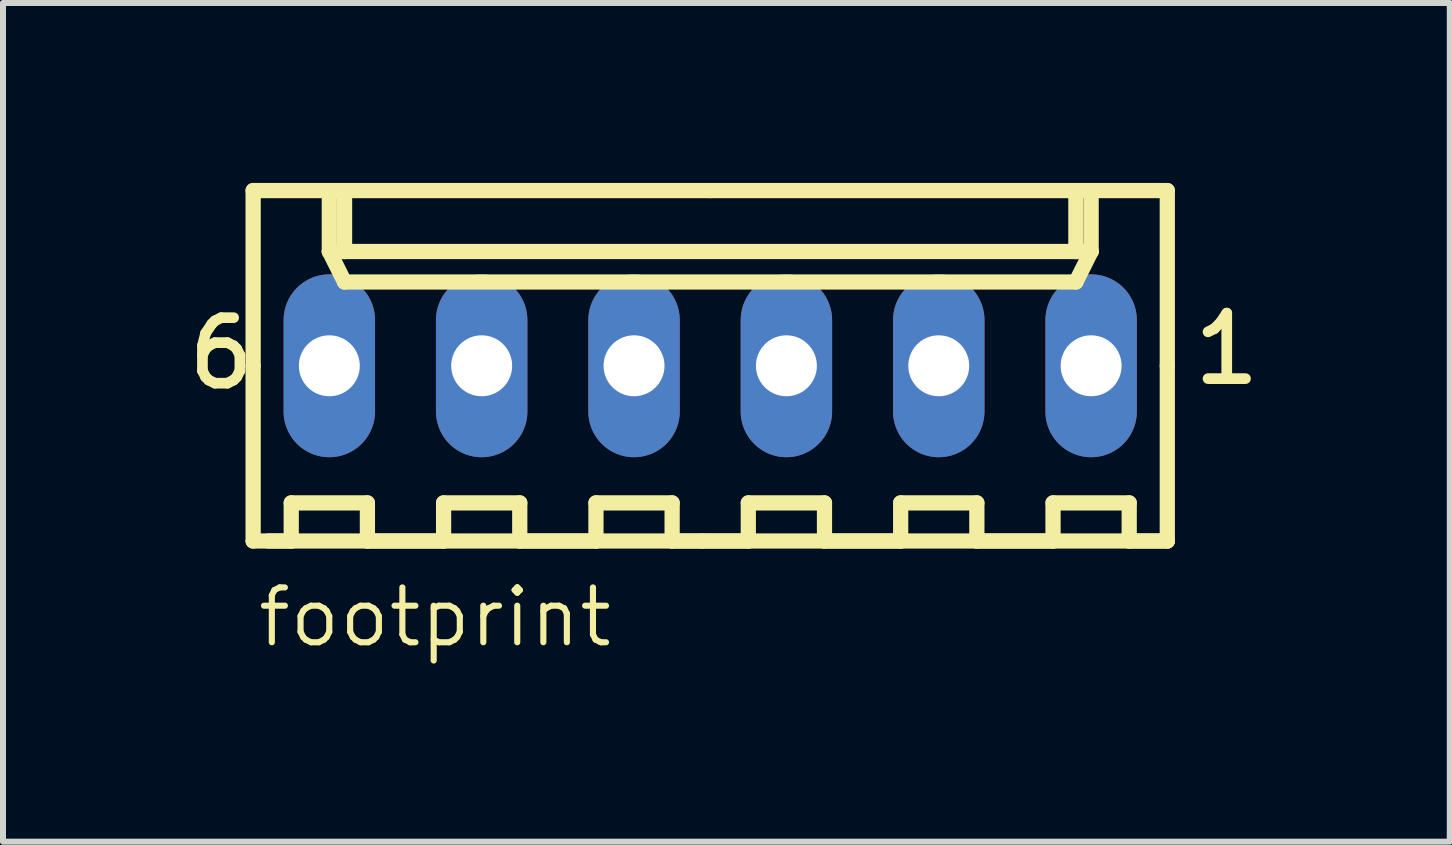
<source format=kicad_pcb>
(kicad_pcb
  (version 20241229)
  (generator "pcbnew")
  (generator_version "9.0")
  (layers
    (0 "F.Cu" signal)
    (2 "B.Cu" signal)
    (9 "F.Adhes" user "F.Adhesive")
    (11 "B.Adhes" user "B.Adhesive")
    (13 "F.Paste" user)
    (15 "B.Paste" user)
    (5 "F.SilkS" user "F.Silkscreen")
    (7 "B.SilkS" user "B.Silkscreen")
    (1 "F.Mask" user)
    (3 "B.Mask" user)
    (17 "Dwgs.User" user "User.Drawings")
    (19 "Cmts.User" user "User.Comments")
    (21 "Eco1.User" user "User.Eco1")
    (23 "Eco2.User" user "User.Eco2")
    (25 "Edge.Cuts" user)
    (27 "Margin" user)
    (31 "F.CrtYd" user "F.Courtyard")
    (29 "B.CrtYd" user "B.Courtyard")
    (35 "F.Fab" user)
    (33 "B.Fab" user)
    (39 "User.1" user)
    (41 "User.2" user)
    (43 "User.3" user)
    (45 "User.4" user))
  (footprint "footprint"
    (layer "F.Cu")
    (at 8.79 3.048)
    (property "Reference" "footprint" (at -7.593 4.726 0) (layer "F.SilkS") (effects (font (size 0.914 0.914) (thickness 0.102)) (justify left bottom)))
    (fp_line (start -7.62 -2.921) (end -6.35 -2.921) (stroke (width 0.254) (type solid)) (layer "F.SilkS"))
    (fp_line (start -7.62 0) (end -7.62 -2.921) (stroke (width 0.254) (type solid)) (layer "F.SilkS"))
    (fp_line (start -7.62 0) (end -7.62 2.921) (stroke (width 0.254) (type solid)) (layer "F.SilkS"))
    (fp_line (start -7.62 2.921) (end -0.127 2.921) (stroke (width 0.254) (type solid)) (layer "F.SilkS"))
    (fp_line (start -7.366 2.921) (end -6.985 2.921) (stroke (width 0.254) (type solid)) (layer "F.SilkS"))
    (fp_line (start -6.985 2.286) (end -5.715 2.286) (stroke (width 0.254) (type solid)) (layer "F.SilkS"))
    (fp_line (start -6.985 2.921) (end -6.985 2.286) (stroke (width 0.254) (type solid)) (layer "F.SilkS"))
    (fp_line (start -6.35 -2.921) (end -6.096 -2.921) (stroke (width 0.254) (type solid)) (layer "F.SilkS"))
    (fp_line (start -6.35 -2.54) (end -6.35 -2.921) (stroke (width 0.127) (type solid)) (layer "F.SilkS"))
    (fp_line (start -6.35 -1.905) (end -6.35 -2.921) (stroke (width 0.254) (type solid)) (layer "F.SilkS"))
    (fp_line (start -6.35 -1.905) (end -6.096 -1.905) (stroke (width 0.254) (type solid)) (layer "F.SilkS"))
    (fp_line (start -6.35 -1.905) (end -6.096 -1.397) (stroke (width 0.254) (type solid)) (layer "F.SilkS"))
    (fp_line (start -6.096 -2.921) (end -6.096 -1.905) (stroke (width 0.254) (type solid)) (layer "F.SilkS"))
    (fp_line (start -6.096 -2.921) (end 0 -2.921) (stroke (width 0.254) (type solid)) (layer "F.SilkS"))
    (fp_line (start -6.096 -1.905) (end 6.096 -1.905) (stroke (width 0.254) (type solid)) (layer "F.SilkS"))
    (fp_line (start -6.096 -1.397) (end 6.096 -1.397) (stroke (width 0.254) (type solid)) (layer "F.SilkS"))
    (fp_line (start -5.715 2.286) (end -5.715 2.921) (stroke (width 0.254) (type solid)) (layer "F.SilkS"))
    (fp_line (start -5.715 2.921) (end -4.445 2.921) (stroke (width 0.254) (type solid)) (layer "F.SilkS"))
    (fp_line (start -4.445 2.286) (end -3.175 2.286) (stroke (width 0.254) (type solid)) (layer "F.SilkS"))
    (fp_line (start -4.445 2.921) (end -4.445 2.286) (stroke (width 0.254) (type solid)) (layer "F.SilkS"))
    (fp_line (start -3.175 2.286) (end -3.175 2.921) (stroke (width 0.254) (type solid)) (layer "F.SilkS"))
    (fp_line (start -3.175 2.921) (end -1.905 2.921) (stroke (width 0.254) (type solid)) (layer "F.SilkS"))
    (fp_line (start -1.905 2.286) (end -0.635 2.286) (stroke (width 0.254) (type solid)) (layer "F.SilkS"))
    (fp_line (start -1.905 2.921) (end -1.905 2.286) (stroke (width 0.254) (type solid)) (layer "F.SilkS"))
    (fp_line (start -0.635 2.286) (end -0.635 2.921) (stroke (width 0.254) (type solid)) (layer "F.SilkS"))
    (fp_line (start -0.635 2.921) (end 0.635 2.921) (stroke (width 0.254) (type solid)) (layer "F.SilkS"))
    (fp_line (start 0.635 2.286) (end 1.905 2.286) (stroke (width 0.254) (type solid)) (layer "F.SilkS"))
    (fp_line (start 0.635 2.921) (end 0.635 2.286) (stroke (width 0.254) (type solid)) (layer "F.SilkS"))
    (fp_line (start 1.905 2.286) (end 1.905 2.921) (stroke (width 0.254) (type solid)) (layer "F.SilkS"))
    (fp_line (start 1.905 2.921) (end 3.175 2.921) (stroke (width 0.254) (type solid)) (layer "F.SilkS"))
    (fp_line (start 3.175 2.286) (end 4.445 2.286) (stroke (width 0.254) (type solid)) (layer "F.SilkS"))
    (fp_line (start 3.175 2.921) (end 3.175 2.286) (stroke (width 0.254) (type solid)) (layer "F.SilkS"))
    (fp_line (start 4.445 2.286) (end 4.445 2.921) (stroke (width 0.254) (type solid)) (layer "F.SilkS"))
    (fp_line (start 4.445 2.921) (end 5.715 2.921) (stroke (width 0.254) (type solid)) (layer "F.SilkS"))
    (fp_line (start 5.715 2.286) (end 6.985 2.286) (stroke (width 0.254) (type solid)) (layer "F.SilkS"))
    (fp_line (start 5.715 2.921) (end 5.715 2.286) (stroke (width 0.254) (type solid)) (layer "F.SilkS"))
    (fp_line (start 6.096 -2.921) (end 6.096 -1.905) (stroke (width 0.254) (type solid)) (layer "F.SilkS"))
    (fp_line (start 6.096 -1.905) (end 6.35 -1.905) (stroke (width 0.254) (type solid)) (layer "F.SilkS"))
    (fp_line (start 6.096 -1.397) (end 6.35 -1.905) (stroke (width 0.254) (type solid)) (layer "F.SilkS"))
    (fp_line (start 6.35 -1.905) (end 6.35 -2.921) (stroke (width 0.254) (type solid)) (layer "F.SilkS"))
    (fp_line (start 6.985 2.286) (end 6.985 2.921) (stroke (width 0.254) (type solid)) (layer "F.SilkS"))
    (fp_line (start 6.985 2.921) (end 7.62 2.921) (stroke (width 0.254) (type solid)) (layer "F.SilkS"))
    (fp_line (start 7.62 -2.921) (end 0 -2.921) (stroke (width 0.254) (type solid)) (layer "F.SilkS"))
    (fp_line (start 7.62 0) (end 7.62 -2.921) (stroke (width 0.254) (type solid)) (layer "F.SilkS"))
    (fp_line (start 7.62 0) (end 7.62 2.921) (stroke (width 0.254) (type solid)) (layer "F.SilkS"))
    (fp_line (start 7.62 2.921) (end -0.127 2.921) (stroke (width 0.254) (type solid)) (layer "F.SilkS"))
    (fp_poly (pts (xy -6.604 0.254) (xy -6.096 0.254) (xy -6.096 -0.254) (xy -6.604 -0.254)) (stroke (width 0.1) (type solid)) (fill no) (layer "F.Fab"))
    (fp_poly (pts (xy -4.064 0.254) (xy -3.556 0.254) (xy -3.556 -0.254) (xy -4.064 -0.254)) (stroke (width 0.1) (type solid)) (fill no) (layer "F.Fab"))
    (fp_poly (pts (xy -1.524 0.254) (xy -1.016 0.254) (xy -1.016 -0.254) (xy -1.524 -0.254)) (stroke (width 0.1) (type solid)) (fill no) (layer "F.Fab"))
    (fp_poly (pts (xy 1.016 0.254) (xy 1.524 0.254) (xy 1.524 -0.254) (xy 1.016 -0.254)) (stroke (width 0.1) (type solid)) (fill no) (layer "F.Fab"))
    (fp_poly (pts (xy 3.556 0.254) (xy 4.064 0.254) (xy 4.064 -0.254) (xy 3.556 -0.254)) (stroke (width 0.1) (type solid)) (fill no) (layer "F.Fab"))
    (fp_poly (pts (xy 6.096 0.254) (xy 6.604 0.254) (xy 6.604 -0.254) (xy 6.096 -0.254)) (stroke (width 0.1) (type solid)) (fill no) (layer "F.Fab"))
    (fp_text user "1" (at 7.974 0.357 0) (layer "F.SilkS") (effects (font (size 1.092 1.092) (thickness 0.178)) (justify left bottom)))
    (fp_text user "6" (at -8.79 0.433 0) (layer "F.SilkS") (effects (font (size 1.092 1.092) (thickness 0.178)) (justify left bottom)))
    (pad "1" thru_hole oval (at 6.35 0 90) (size 3.048 1.524) (drill 1.016) (layers "*.Cu" "*.Mask"))
    (pad "2" thru_hole oval (at 3.81 0 90) (size 3.048 1.524) (drill 1.016) (layers "*.Cu" "*.Mask"))
    (pad "3" thru_hole oval (at 1.27 0 90) (size 3.048 1.524) (drill 1.016) (layers "*.Cu" "*.Mask"))
    (pad "4" thru_hole oval (at -1.27 0 90) (size 3.048 1.524) (drill 1.016) (layers "*.Cu" "*.Mask"))
    (pad "5" thru_hole oval (at -3.81 0 90) (size 3.048 1.524) (drill 1.016) (layers "*.Cu" "*.Mask"))
    (pad "6" thru_hole oval (at -6.35 0 90) (size 3.048 1.524) (drill 1.016) (layers "*.Cu" "*.Mask")))
  (gr_rect
    (start -3 -3)
    (end 21.119 10.981)
    (stroke (width 0.1) (type default))
    (fill no)
    (layer "Edge.Cuts")))
</source>
